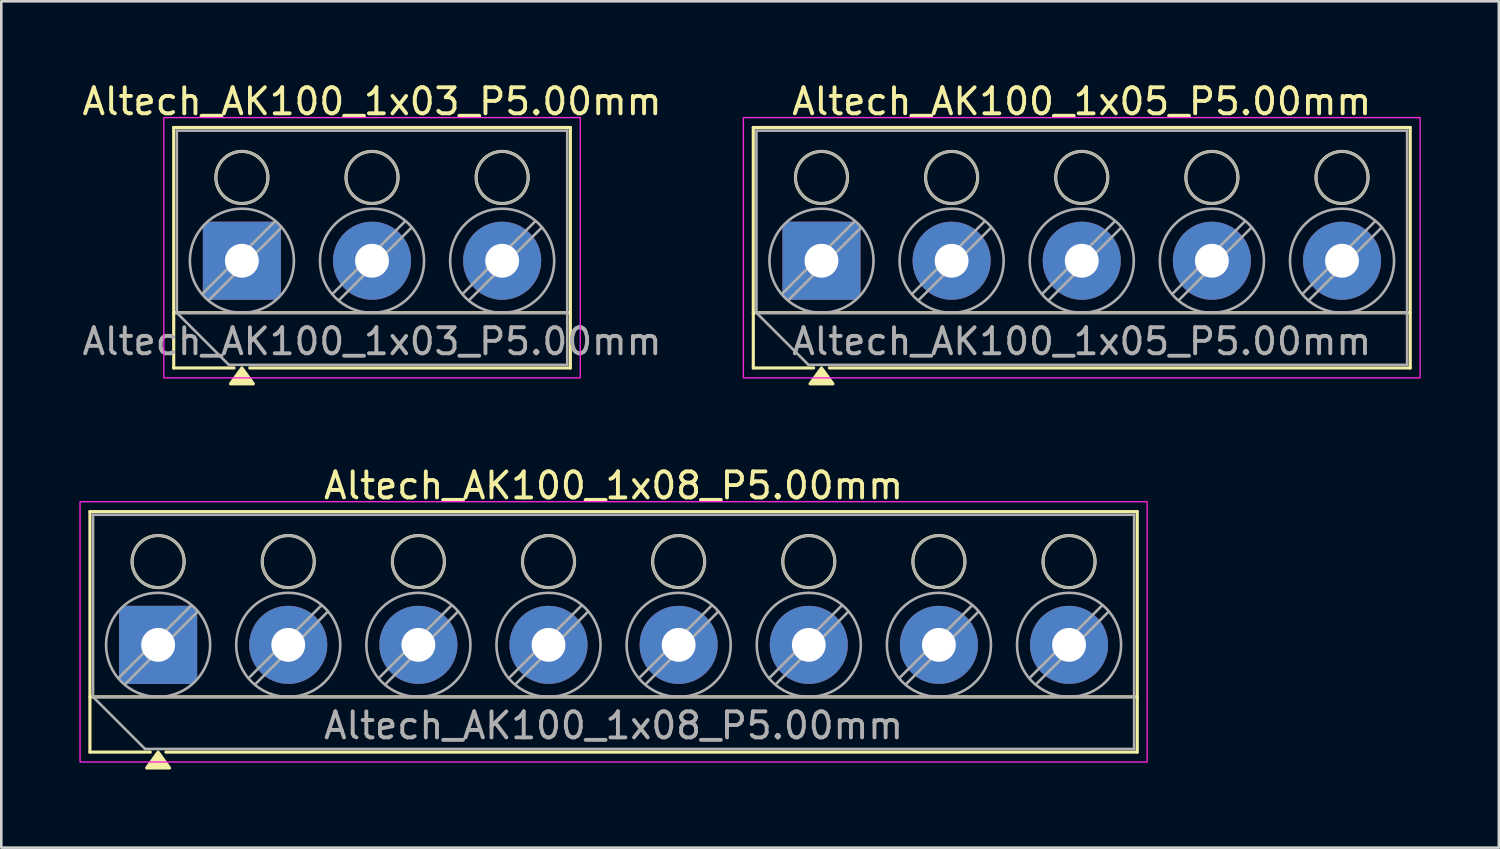
<source format=kicad_pcb>
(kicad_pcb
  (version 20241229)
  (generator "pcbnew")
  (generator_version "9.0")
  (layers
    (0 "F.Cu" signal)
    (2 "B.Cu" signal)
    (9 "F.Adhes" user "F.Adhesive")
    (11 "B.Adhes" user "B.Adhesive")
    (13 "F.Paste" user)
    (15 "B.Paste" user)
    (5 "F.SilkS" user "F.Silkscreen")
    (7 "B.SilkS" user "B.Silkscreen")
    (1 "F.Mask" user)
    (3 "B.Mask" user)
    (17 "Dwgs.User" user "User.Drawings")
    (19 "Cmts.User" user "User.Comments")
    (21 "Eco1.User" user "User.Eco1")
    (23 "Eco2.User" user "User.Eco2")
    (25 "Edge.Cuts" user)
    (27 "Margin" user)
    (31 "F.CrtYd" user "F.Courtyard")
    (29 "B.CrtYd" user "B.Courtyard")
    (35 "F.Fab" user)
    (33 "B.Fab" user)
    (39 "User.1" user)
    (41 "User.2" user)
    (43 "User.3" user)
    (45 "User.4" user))
  (footprint "Altech_AK100_1x05_P5.00mm"
    (layer "F.Cu")
    (at 28.513 6.968)
    (property "Reference" "Altech_AK100_1x05_P5.00mm" (at 10 -6.12 0) (layer "F.SilkS") (effects (font (size 1 1) (thickness 0.15))))
    (attr through_hole)
    (fp_line (start -2.62 -5.12) (end 22.62 -5.12) (stroke (width 0.12) (type solid)) (layer "F.SilkS"))
    (fp_line (start -2.62 2) (end 22.62 2) (stroke (width 0.12) (type solid)) (layer "F.SilkS"))
    (fp_line (start -2.62 4.12) (end -2.62 -5.12) (stroke (width 0.12) (type solid)) (layer "F.SilkS"))
    (fp_line (start -0.3 4.12) (end -2.62 4.12) (stroke (width 0.12) (type solid)) (layer "F.SilkS"))
    (fp_line (start 22.62 -5.12) (end 22.62 4.12) (stroke (width 0.12) (type solid)) (layer "F.SilkS"))
    (fp_line (start 22.62 4.12) (end 0.3 4.12) (stroke (width 0.12) (type solid)) (layer "F.SilkS"))
    (fp_circle (center 0 -3.2) (end 1 -3.2) (stroke (width 0.12) (type solid)) (fill no) (layer "F.SilkS"))
    (fp_circle (center 5 -3.2) (end 6 -3.2) (stroke (width 0.12) (type solid)) (fill no) (layer "F.SilkS"))
    (fp_circle (center 10 -3.2) (end 11 -3.2) (stroke (width 0.12) (type solid)) (fill no) (layer "F.SilkS"))
    (fp_circle (center 15 -3.2) (end 16 -3.2) (stroke (width 0.12) (type solid)) (fill no) (layer "F.SilkS"))
    (fp_circle (center 20 -3.2) (end 21 -3.2) (stroke (width 0.12) (type solid)) (fill no) (layer "F.SilkS"))
    (fp_poly (pts (xy 0 4.12) (xy 0.44 4.73) (xy -0.44 4.73)) (stroke (width 0.12) (type solid)) (fill yes) (layer "F.SilkS"))
    (fp_rect (start -3 -5.5) (end 23 4.5) (stroke (width 0.05) (type solid)) (fill no) (layer "F.CrtYd"))
    (fp_line (start -2.5 -5) (end 22.5 -5) (stroke (width 0.1) (type solid)) (layer "F.Fab"))
    (fp_line (start -2.5 2) (end -2.5 -5) (stroke (width 0.1) (type solid)) (layer "F.Fab"))
    (fp_line (start -2.5 2) (end 22.5 2) (stroke (width 0.1) (type solid)) (layer "F.Fab"))
    (fp_line (start -0.5 4) (end -2.5 2) (stroke (width 0.1) (type solid)) (layer "F.Fab"))
    (fp_line (start 1.273 -1.517) (end -1.517 1.273) (stroke (width 0.1) (type solid)) (layer "F.Fab"))
    (fp_line (start 1.517 -1.273) (end -1.273 1.517) (stroke (width 0.1) (type solid)) (layer "F.Fab"))
    (fp_line (start 6.273 -1.517) (end 3.483 1.273) (stroke (width 0.1) (type solid)) (layer "F.Fab"))
    (fp_line (start 6.517 -1.273) (end 3.727 1.517) (stroke (width 0.1) (type solid)) (layer "F.Fab"))
    (fp_line (start 11.273 -1.517) (end 8.483 1.273) (stroke (width 0.1) (type solid)) (layer "F.Fab"))
    (fp_line (start 11.517 -1.273) (end 8.727 1.517) (stroke (width 0.1) (type solid)) (layer "F.Fab"))
    (fp_line (start 16.273 -1.517) (end 13.483 1.273) (stroke (width 0.1) (type solid)) (layer "F.Fab"))
    (fp_line (start 16.517 -1.273) (end 13.727 1.517) (stroke (width 0.1) (type solid)) (layer "F.Fab"))
    (fp_line (start 21.273 -1.517) (end 18.483 1.273) (stroke (width 0.1) (type solid)) (layer "F.Fab"))
    (fp_line (start 21.517 -1.273) (end 18.727 1.517) (stroke (width 0.1) (type solid)) (layer "F.Fab"))
    (fp_line (start 22.5 -5) (end 22.5 4) (stroke (width 0.1) (type solid)) (layer "F.Fab"))
    (fp_line (start 22.5 4) (end -0.5 4) (stroke (width 0.1) (type solid)) (layer "F.Fab"))
    (fp_circle (center 0 -3.2) (end 1 -3.2) (stroke (width 0.1) (type solid)) (fill no) (layer "F.Fab"))
    (fp_circle (center 0 0) (end 2 0) (stroke (width 0.1) (type solid)) (fill no) (layer "F.Fab"))
    (fp_circle (center 5 -3.2) (end 6 -3.2) (stroke (width 0.1) (type solid)) (fill no) (layer "F.Fab"))
    (fp_circle (center 5 0) (end 7 0) (stroke (width 0.1) (type solid)) (fill no) (layer "F.Fab"))
    (fp_circle (center 10 -3.2) (end 11 -3.2) (stroke (width 0.1) (type solid)) (fill no) (layer "F.Fab"))
    (fp_circle (center 10 0) (end 12 0) (stroke (width 0.1) (type solid)) (fill no) (layer "F.Fab"))
    (fp_circle (center 15 -3.2) (end 16 -3.2) (stroke (width 0.1) (type solid)) (fill no) (layer "F.Fab"))
    (fp_circle (center 15 0) (end 17 0) (stroke (width 0.1) (type solid)) (fill no) (layer "F.Fab"))
    (fp_circle (center 20 -3.2) (end 21 -3.2) (stroke (width 0.1) (type solid)) (fill no) (layer "F.Fab"))
    (fp_circle (center 20 0) (end 22 0) (stroke (width 0.1) (type solid)) (fill no) (layer "F.Fab"))
    (fp_text user "${REFERENCE}" (at 10 3.1 0) (layer "F.Fab") (effects (font (size 1 1) (thickness 0.15))))
    (pad "1" thru_hole roundrect (at 0 0) (size 3 3) (drill 1.3) (layers "*.Cu" "*.Mask") (roundrect_rratio 0.083))
    (pad "2" thru_hole circle (at 5 0) (size 3 3) (drill 1.3) (layers "*.Cu" "*.Mask"))
    (pad "3" thru_hole circle (at 10 0) (size 3 3) (drill 1.3) (layers "*.Cu" "*.Mask"))
    (pad "4" thru_hole circle (at 15 0) (size 3 3) (drill 1.3) (layers "*.Cu" "*.Mask"))
    (pad "5" thru_hole circle (at 20 0) (size 3 3) (drill 1.3) (layers "*.Cu" "*.Mask")))
  (footprint "Altech_AK100_1x08_P5.00mm"
    (layer "F.Cu")
    (at 3.025 21.727)
    (property "Reference" "Altech_AK100_1x08_P5.00mm" (at 17.5 -6.12 0) (layer "F.SilkS") (effects (font (size 1 1) (thickness 0.15))))
    (attr through_hole)
    (fp_line (start -2.62 -5.12) (end 37.62 -5.12) (stroke (width 0.12) (type solid)) (layer "F.SilkS"))
    (fp_line (start -2.62 2) (end 37.62 2) (stroke (width 0.12) (type solid)) (layer "F.SilkS"))
    (fp_line (start -2.62 4.12) (end -2.62 -5.12) (stroke (width 0.12) (type solid)) (layer "F.SilkS"))
    (fp_line (start -0.3 4.12) (end -2.62 4.12) (stroke (width 0.12) (type solid)) (layer "F.SilkS"))
    (fp_line (start 37.62 -5.12) (end 37.62 4.12) (stroke (width 0.12) (type solid)) (layer "F.SilkS"))
    (fp_line (start 37.62 4.12) (end 0.3 4.12) (stroke (width 0.12) (type solid)) (layer "F.SilkS"))
    (fp_circle (center 0 -3.2) (end 1 -3.2) (stroke (width 0.12) (type solid)) (fill no) (layer "F.SilkS"))
    (fp_circle (center 5 -3.2) (end 6 -3.2) (stroke (width 0.12) (type solid)) (fill no) (layer "F.SilkS"))
    (fp_circle (center 10 -3.2) (end 11 -3.2) (stroke (width 0.12) (type solid)) (fill no) (layer "F.SilkS"))
    (fp_circle (center 15 -3.2) (end 16 -3.2) (stroke (width 0.12) (type solid)) (fill no) (layer "F.SilkS"))
    (fp_circle (center 20 -3.2) (end 21 -3.2) (stroke (width 0.12) (type solid)) (fill no) (layer "F.SilkS"))
    (fp_circle (center 25 -3.2) (end 26 -3.2) (stroke (width 0.12) (type solid)) (fill no) (layer "F.SilkS"))
    (fp_circle (center 30 -3.2) (end 31 -3.2) (stroke (width 0.12) (type solid)) (fill no) (layer "F.SilkS"))
    (fp_circle (center 35 -3.2) (end 36 -3.2) (stroke (width 0.12) (type solid)) (fill no) (layer "F.SilkS"))
    (fp_poly (pts (xy 0 4.12) (xy 0.44 4.73) (xy -0.44 4.73)) (stroke (width 0.12) (type solid)) (fill yes) (layer "F.SilkS"))
    (fp_rect (start -3 -5.5) (end 38 4.5) (stroke (width 0.05) (type solid)) (fill no) (layer "F.CrtYd"))
    (fp_line (start -2.5 -5) (end 37.5 -5) (stroke (width 0.1) (type solid)) (layer "F.Fab"))
    (fp_line (start -2.5 2) (end -2.5 -5) (stroke (width 0.1) (type solid)) (layer "F.Fab"))
    (fp_line (start -2.5 2) (end 37.5 2) (stroke (width 0.1) (type solid)) (layer "F.Fab"))
    (fp_line (start -0.5 4) (end -2.5 2) (stroke (width 0.1) (type solid)) (layer "F.Fab"))
    (fp_line (start 1.273 -1.517) (end -1.517 1.273) (stroke (width 0.1) (type solid)) (layer "F.Fab"))
    (fp_line (start 1.517 -1.273) (end -1.273 1.517) (stroke (width 0.1) (type solid)) (layer "F.Fab"))
    (fp_line (start 6.273 -1.517) (end 3.483 1.273) (stroke (width 0.1) (type solid)) (layer "F.Fab"))
    (fp_line (start 6.517 -1.273) (end 3.727 1.517) (stroke (width 0.1) (type solid)) (layer "F.Fab"))
    (fp_line (start 11.273 -1.517) (end 8.483 1.273) (stroke (width 0.1) (type solid)) (layer "F.Fab"))
    (fp_line (start 11.517 -1.273) (end 8.727 1.517) (stroke (width 0.1) (type solid)) (layer "F.Fab"))
    (fp_line (start 16.273 -1.517) (end 13.483 1.273) (stroke (width 0.1) (type solid)) (layer "F.Fab"))
    (fp_line (start 16.517 -1.273) (end 13.727 1.517) (stroke (width 0.1) (type solid)) (layer "F.Fab"))
    (fp_line (start 21.273 -1.517) (end 18.483 1.273) (stroke (width 0.1) (type solid)) (layer "F.Fab"))
    (fp_line (start 21.517 -1.273) (end 18.727 1.517) (stroke (width 0.1) (type solid)) (layer "F.Fab"))
    (fp_line (start 26.273 -1.517) (end 23.483 1.273) (stroke (width 0.1) (type solid)) (layer "F.Fab"))
    (fp_line (start 26.517 -1.273) (end 23.727 1.517) (stroke (width 0.1) (type solid)) (layer "F.Fab"))
    (fp_line (start 31.273 -1.517) (end 28.483 1.273) (stroke (width 0.1) (type solid)) (layer "F.Fab"))
    (fp_line (start 31.517 -1.273) (end 28.727 1.517) (stroke (width 0.1) (type solid)) (layer "F.Fab"))
    (fp_line (start 36.273 -1.517) (end 33.483 1.273) (stroke (width 0.1) (type solid)) (layer "F.Fab"))
    (fp_line (start 36.517 -1.273) (end 33.727 1.517) (stroke (width 0.1) (type solid)) (layer "F.Fab"))
    (fp_line (start 37.5 -5) (end 37.5 4) (stroke (width 0.1) (type solid)) (layer "F.Fab"))
    (fp_line (start 37.5 4) (end -0.5 4) (stroke (width 0.1) (type solid)) (layer "F.Fab"))
    (fp_circle (center 0 -3.2) (end 1 -3.2) (stroke (width 0.1) (type solid)) (fill no) (layer "F.Fab"))
    (fp_circle (center 0 0) (end 2 0) (stroke (width 0.1) (type solid)) (fill no) (layer "F.Fab"))
    (fp_circle (center 5 -3.2) (end 6 -3.2) (stroke (width 0.1) (type solid)) (fill no) (layer "F.Fab"))
    (fp_circle (center 5 0) (end 7 0) (stroke (width 0.1) (type solid)) (fill no) (layer "F.Fab"))
    (fp_circle (center 10 -3.2) (end 11 -3.2) (stroke (width 0.1) (type solid)) (fill no) (layer "F.Fab"))
    (fp_circle (center 10 0) (end 12 0) (stroke (width 0.1) (type solid)) (fill no) (layer "F.Fab"))
    (fp_circle (center 15 -3.2) (end 16 -3.2) (stroke (width 0.1) (type solid)) (fill no) (layer "F.Fab"))
    (fp_circle (center 15 0) (end 17 0) (stroke (width 0.1) (type solid)) (fill no) (layer "F.Fab"))
    (fp_circle (center 20 -3.2) (end 21 -3.2) (stroke (width 0.1) (type solid)) (fill no) (layer "F.Fab"))
    (fp_circle (center 20 0) (end 22 0) (stroke (width 0.1) (type solid)) (fill no) (layer "F.Fab"))
    (fp_circle (center 25 -3.2) (end 26 -3.2) (stroke (width 0.1) (type solid)) (fill no) (layer "F.Fab"))
    (fp_circle (center 25 0) (end 27 0) (stroke (width 0.1) (type solid)) (fill no) (layer "F.Fab"))
    (fp_circle (center 30 -3.2) (end 31 -3.2) (stroke (width 0.1) (type solid)) (fill no) (layer "F.Fab"))
    (fp_circle (center 30 0) (end 32 0) (stroke (width 0.1) (type solid)) (fill no) (layer "F.Fab"))
    (fp_circle (center 35 -3.2) (end 36 -3.2) (stroke (width 0.1) (type solid)) (fill no) (layer "F.Fab"))
    (fp_circle (center 35 0) (end 37 0) (stroke (width 0.1) (type solid)) (fill no) (layer "F.Fab"))
    (fp_text user "${REFERENCE}" (at 17.5 3.1 0) (layer "F.Fab") (effects (font (size 1 1) (thickness 0.15))))
    (pad "1" thru_hole roundrect (at 0 0) (size 3 3) (drill 1.3) (layers "*.Cu" "*.Mask") (roundrect_rratio 0.083))
    (pad "2" thru_hole circle (at 5 0) (size 3 3) (drill 1.3) (layers "*.Cu" "*.Mask"))
    (pad "3" thru_hole circle (at 10 0) (size 3 3) (drill 1.3) (layers "*.Cu" "*.Mask"))
    (pad "4" thru_hole circle (at 15 0) (size 3 3) (drill 1.3) (layers "*.Cu" "*.Mask"))
    (pad "5" thru_hole circle (at 20 0) (size 3 3) (drill 1.3) (layers "*.Cu" "*.Mask"))
    (pad "6" thru_hole circle (at 25 0) (size 3 3) (drill 1.3) (layers "*.Cu" "*.Mask"))
    (pad "7" thru_hole circle (at 30 0) (size 3 3) (drill 1.3) (layers "*.Cu" "*.Mask"))
    (pad "8" thru_hole circle (at 35 0) (size 3 3) (drill 1.3) (layers "*.Cu" "*.Mask")))
  (footprint "Altech_AK100_1x03_P5.00mm"
    (layer "F.Cu")
    (at 6.244 6.968)
    (property "Reference" "Altech_AK100_1x03_P5.00mm" (at 5 -6.12 0) (layer "F.SilkS") (effects (font (size 1 1) (thickness 0.15))))
    (attr through_hole)
    (fp_line (start -2.62 -5.12) (end 12.62 -5.12) (stroke (width 0.12) (type solid)) (layer "F.SilkS"))
    (fp_line (start -2.62 2) (end 12.62 2) (stroke (width 0.12) (type solid)) (layer "F.SilkS"))
    (fp_line (start -2.62 4.12) (end -2.62 -5.12) (stroke (width 0.12) (type solid)) (layer "F.SilkS"))
    (fp_line (start -0.3 4.12) (end -2.62 4.12) (stroke (width 0.12) (type solid)) (layer "F.SilkS"))
    (fp_line (start 12.62 -5.12) (end 12.62 4.12) (stroke (width 0.12) (type solid)) (layer "F.SilkS"))
    (fp_line (start 12.62 4.12) (end 0.3 4.12) (stroke (width 0.12) (type solid)) (layer "F.SilkS"))
    (fp_circle (center 0 -3.2) (end 1 -3.2) (stroke (width 0.12) (type solid)) (fill no) (layer "F.SilkS"))
    (fp_circle (center 5 -3.2) (end 6 -3.2) (stroke (width 0.12) (type solid)) (fill no) (layer "F.SilkS"))
    (fp_circle (center 10 -3.2) (end 11 -3.2) (stroke (width 0.12) (type solid)) (fill no) (layer "F.SilkS"))
    (fp_poly (pts (xy 0 4.12) (xy 0.44 4.73) (xy -0.44 4.73)) (stroke (width 0.12) (type solid)) (fill yes) (layer "F.SilkS"))
    (fp_rect (start -3 -5.5) (end 13 4.5) (stroke (width 0.05) (type solid)) (fill no) (layer "F.CrtYd"))
    (fp_line (start -2.5 -5) (end 12.5 -5) (stroke (width 0.1) (type solid)) (layer "F.Fab"))
    (fp_line (start -2.5 2) (end -2.5 -5) (stroke (width 0.1) (type solid)) (layer "F.Fab"))
    (fp_line (start -2.5 2) (end 12.5 2) (stroke (width 0.1) (type solid)) (layer "F.Fab"))
    (fp_line (start -0.5 4) (end -2.5 2) (stroke (width 0.1) (type solid)) (layer "F.Fab"))
    (fp_line (start 1.273 -1.517) (end -1.517 1.273) (stroke (width 0.1) (type solid)) (layer "F.Fab"))
    (fp_line (start 1.517 -1.273) (end -1.273 1.517) (stroke (width 0.1) (type solid)) (layer "F.Fab"))
    (fp_line (start 6.273 -1.517) (end 3.483 1.273) (stroke (width 0.1) (type solid)) (layer "F.Fab"))
    (fp_line (start 6.517 -1.273) (end 3.727 1.517) (stroke (width 0.1) (type solid)) (layer "F.Fab"))
    (fp_line (start 11.273 -1.517) (end 8.483 1.273) (stroke (width 0.1) (type solid)) (layer "F.Fab"))
    (fp_line (start 11.517 -1.273) (end 8.727 1.517) (stroke (width 0.1) (type solid)) (layer "F.Fab"))
    (fp_line (start 12.5 -5) (end 12.5 4) (stroke (width 0.1) (type solid)) (layer "F.Fab"))
    (fp_line (start 12.5 4) (end -0.5 4) (stroke (width 0.1) (type solid)) (layer "F.Fab"))
    (fp_circle (center 0 -3.2) (end 1 -3.2) (stroke (width 0.1) (type solid)) (fill no) (layer "F.Fab"))
    (fp_circle (center 0 0) (end 2 0) (stroke (width 0.1) (type solid)) (fill no) (layer "F.Fab"))
    (fp_circle (center 5 -3.2) (end 6 -3.2) (stroke (width 0.1) (type solid)) (fill no) (layer "F.Fab"))
    (fp_circle (center 5 0) (end 7 0) (stroke (width 0.1) (type solid)) (fill no) (layer "F.Fab"))
    (fp_circle (center 10 -3.2) (end 11 -3.2) (stroke (width 0.1) (type solid)) (fill no) (layer "F.Fab"))
    (fp_circle (center 10 0) (end 12 0) (stroke (width 0.1) (type solid)) (fill no) (layer "F.Fab"))
    (fp_text user "${REFERENCE}" (at 5 3.1 0) (layer "F.Fab") (effects (font (size 1 1) (thickness 0.15))))
    (pad "1" thru_hole roundrect (at 0 0) (size 3 3) (drill 1.3) (layers "*.Cu" "*.Mask") (roundrect_rratio 0.083))
    (pad "2" thru_hole circle (at 5 0) (size 3 3) (drill 1.3) (layers "*.Cu" "*.Mask"))
    (pad "3" thru_hole circle (at 10 0) (size 3 3) (drill 1.3) (layers "*.Cu" "*.Mask")))
  (gr_rect
    (start -3 -3)
    (end 54.538 29.517)
    (stroke (width 0.1) (type default))
    (fill no)
    (layer "Edge.Cuts")))
</source>
